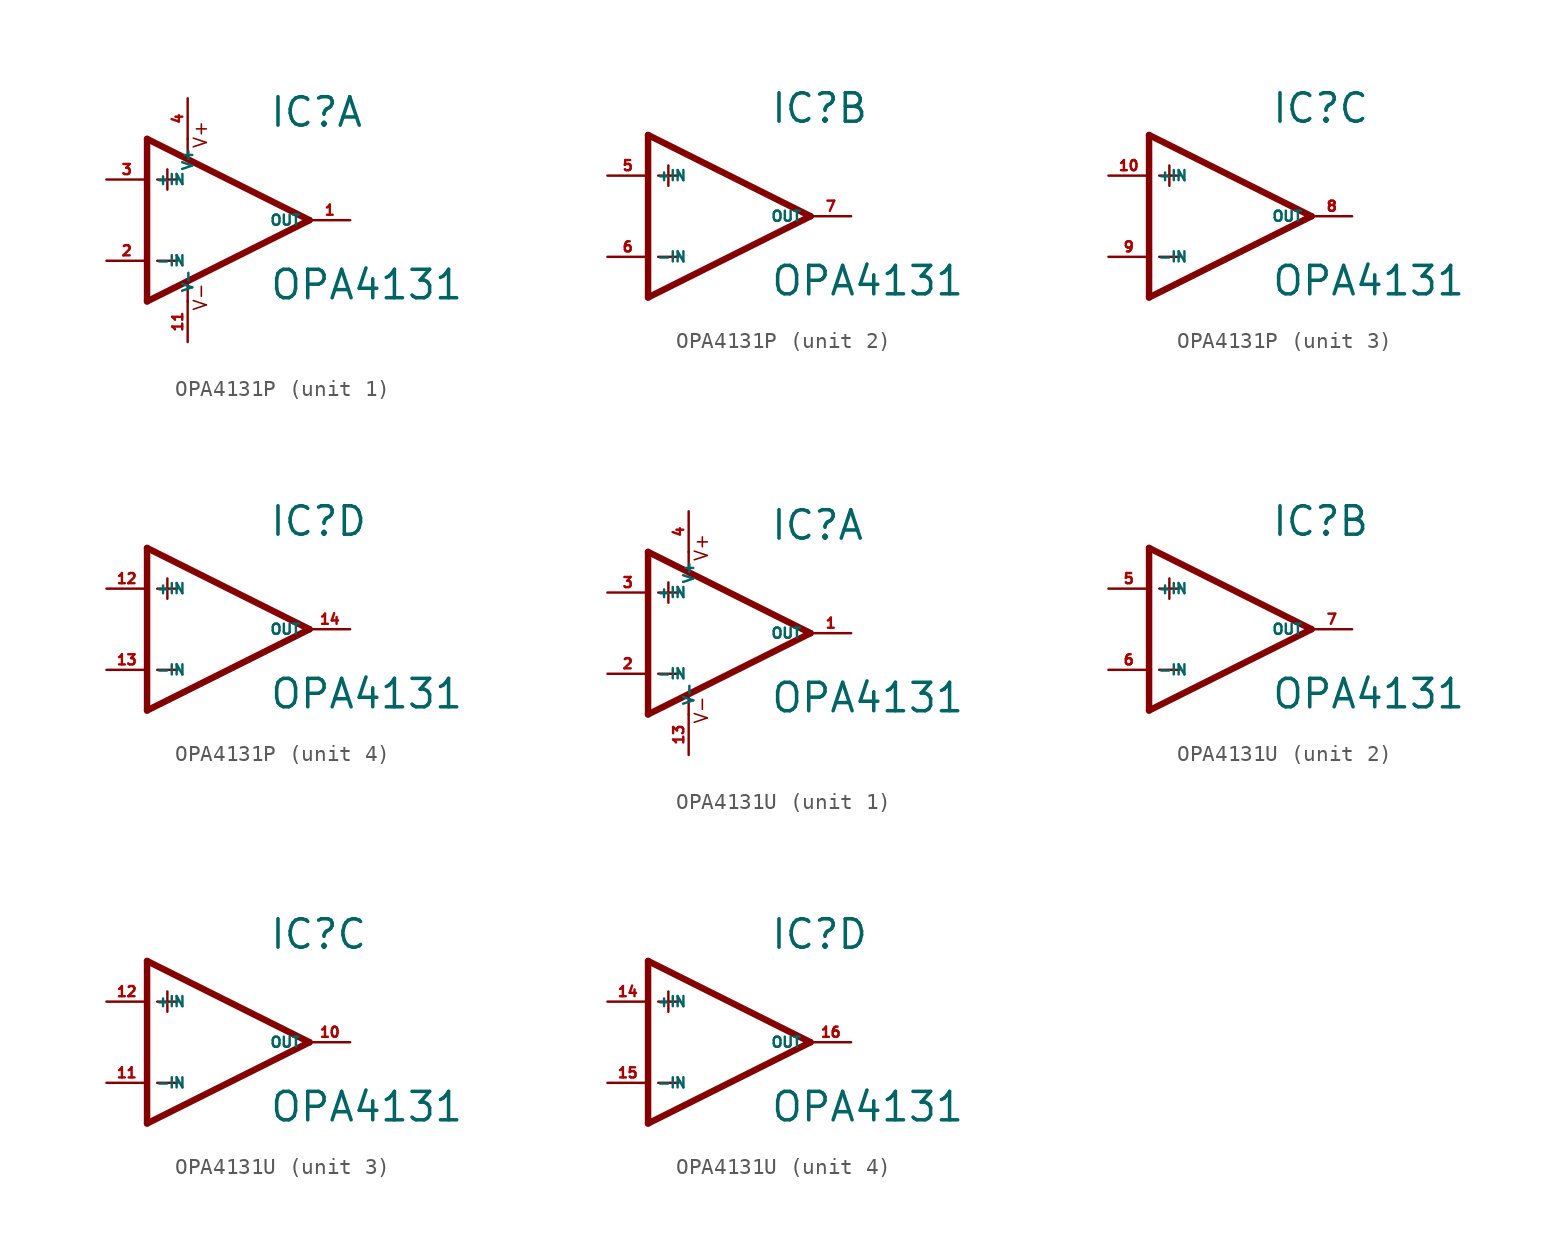
<source format=kicad_sym>
(kicad_symbol_lib
  (version 20220914)
  (generator Eagle2Kicad)
  (symbol "OPA4131P"
    (property "Reference" "IC"
      (at 2.54 5.715 0)
      (effects (font (size 1.778 1.778) (thickness 0.22)) (justify left bottom)))
    (property "Value" "OPA4131"
      (at 2.54 -5.08 0)
      (effects (font (size 1.778 1.778) (thickness 0.22)) (justify left bottom)))
    (symbol "OPA4131P_1_0"
      (polyline (pts (xy -3.81 3.175) (xy -3.81 1.905)) (stroke (width 0.152) (type default)) (fill (type none)))
      (polyline (pts (xy -4.445 2.54) (xy -3.175 2.54)) (stroke (width 0.152) (type default)) (fill (type none)))
      (polyline (pts (xy -4.445 -2.54) (xy -3.175 -2.54)) (stroke (width 0.152) (type default)) (fill (type none)))
      (polyline (pts (xy -2.54 5.08) (xy -2.54 3.886)) (stroke (width 0.152) (type default)) (fill (type none)))
      (polyline (pts (xy -2.54 -3.912) (xy -2.54 -5.08)) (stroke (width 0.152) (type default)) (fill (type none)))
      (polyline (pts (xy 5.08 0) (xy -5.08 5.08)) (stroke (width 0.406) (type default)) (fill (type none)))
      (polyline (pts (xy -5.08 5.08) (xy -5.08 -5.08)) (stroke (width 0.406) (type default)) (fill (type none)))
      (polyline (pts (xy -5.08 -5.08) (xy 5.08 0)) (stroke (width 0.406) (type default)) (fill (type none)))
      (text "V+" (at -1.27 4.445 900) (effects (font (size 0.813 0.813) (thickness 0.10)) (justify left bottom)))
      (text "V-" (at -1.27 -5.715 900) (effects (font (size 0.813 0.813) (thickness 0.10)) (justify left bottom)))
      (pin input line (at -7.62 -2.54 0) (length 2.54) (name "-IN" (effects (font (size 0.635 0.635) (thickness 0.08)) (justify left bottom))) (number "2" (effects (font (size 0.635 0.635) (thickness 0.08)) (justify left bottom))))
      (pin input line (at -7.62 2.54 0) (length 2.54) (name "+IN" (effects (font (size 0.635 0.635) (thickness 0.08)) (justify left bottom))) (number "3" (effects (font (size 0.635 0.635) (thickness 0.08)) (justify left bottom))))
      (pin output line (at 7.62 0 180) (length 2.54) (name "OUT" (effects (font (size 0.635 0.635) (thickness 0.08)) (justify left bottom))) (number "1" (effects (font (size 0.635 0.635) (thickness 0.08)) (justify left bottom))))
      (pin unspecified line (at -2.54 7.62 270) (length 2.54) (name "V+" (effects (font (size 0.635 0.635) (thickness 0.08)) (justify left bottom))) (number "4" (effects (font (size 0.635 0.635) (thickness 0.08)) (justify left bottom))))
      (pin unspecified line (at -2.54 -7.62 90) (length 2.54) (name "V-" (effects (font (size 0.635 0.635) (thickness 0.08)) (justify left bottom))) (number "11" (effects (font (size 0.635 0.635) (thickness 0.08)) (justify left bottom)))))
    (symbol "OPA4131P_2_0"
      (polyline (pts (xy -3.81 3.175) (xy -3.81 1.905)) (stroke (width 0.152) (type default)) (fill (type none)))
      (polyline (pts (xy -4.445 2.54) (xy -3.175 2.54)) (stroke (width 0.152) (type default)) (fill (type none)))
      (polyline (pts (xy -4.445 -2.54) (xy -3.175 -2.54)) (stroke (width 0.152) (type default)) (fill (type none)))
      (polyline (pts (xy 5.08 0) (xy -5.08 5.08)) (stroke (width 0.406) (type default)) (fill (type none)))
      (polyline (pts (xy -5.08 5.08) (xy -5.08 -5.08)) (stroke (width 0.406) (type default)) (fill (type none)))
      (polyline (pts (xy -5.08 -5.08) (xy 5.08 0)) (stroke (width 0.406) (type default)) (fill (type none)))
      (pin input line (at -7.62 -2.54 0) (length 2.54) (name "-IN" (effects (font (size 0.635 0.635) (thickness 0.08)) (justify left bottom))) (number "6" (effects (font (size 0.635 0.635) (thickness 0.08)) (justify left bottom))))
      (pin input line (at -7.62 2.54 0) (length 2.54) (name "+IN" (effects (font (size 0.635 0.635) (thickness 0.08)) (justify left bottom))) (number "5" (effects (font (size 0.635 0.635) (thickness 0.08)) (justify left bottom))))
      (pin output line (at 7.62 0 180) (length 2.54) (name "OUT" (effects (font (size 0.635 0.635) (thickness 0.08)) (justify left bottom))) (number "7" (effects (font (size 0.635 0.635) (thickness 0.08)) (justify left bottom)))))
    (symbol "OPA4131P_3_0"
      (polyline (pts (xy -3.81 3.175) (xy -3.81 1.905)) (stroke (width 0.152) (type default)) (fill (type none)))
      (polyline (pts (xy -4.445 2.54) (xy -3.175 2.54)) (stroke (width 0.152) (type default)) (fill (type none)))
      (polyline (pts (xy -4.445 -2.54) (xy -3.175 -2.54)) (stroke (width 0.152) (type default)) (fill (type none)))
      (polyline (pts (xy 5.08 0) (xy -5.08 5.08)) (stroke (width 0.406) (type default)) (fill (type none)))
      (polyline (pts (xy -5.08 5.08) (xy -5.08 -5.08)) (stroke (width 0.406) (type default)) (fill (type none)))
      (polyline (pts (xy -5.08 -5.08) (xy 5.08 0)) (stroke (width 0.406) (type default)) (fill (type none)))
      (pin input line (at -7.62 -2.54 0) (length 2.54) (name "-IN" (effects (font (size 0.635 0.635) (thickness 0.08)) (justify left bottom))) (number "9" (effects (font (size 0.635 0.635) (thickness 0.08)) (justify left bottom))))
      (pin input line (at -7.62 2.54 0) (length 2.54) (name "+IN" (effects (font (size 0.635 0.635) (thickness 0.08)) (justify left bottom))) (number "10" (effects (font (size 0.635 0.635) (thickness 0.08)) (justify left bottom))))
      (pin output line (at 7.62 0 180) (length 2.54) (name "OUT" (effects (font (size 0.635 0.635) (thickness 0.08)) (justify left bottom))) (number "8" (effects (font (size 0.635 0.635) (thickness 0.08)) (justify left bottom)))))
    (symbol "OPA4131P_4_0"
      (polyline (pts (xy -3.81 3.175) (xy -3.81 1.905)) (stroke (width 0.152) (type default)) (fill (type none)))
      (polyline (pts (xy -4.445 2.54) (xy -3.175 2.54)) (stroke (width 0.152) (type default)) (fill (type none)))
      (polyline (pts (xy -4.445 -2.54) (xy -3.175 -2.54)) (stroke (width 0.152) (type default)) (fill (type none)))
      (polyline (pts (xy 5.08 0) (xy -5.08 5.08)) (stroke (width 0.406) (type default)) (fill (type none)))
      (polyline (pts (xy -5.08 5.08) (xy -5.08 -5.08)) (stroke (width 0.406) (type default)) (fill (type none)))
      (polyline (pts (xy -5.08 -5.08) (xy 5.08 0)) (stroke (width 0.406) (type default)) (fill (type none)))
      (pin input line (at -7.62 -2.54 0) (length 2.54) (name "-IN" (effects (font (size 0.635 0.635) (thickness 0.08)) (justify left bottom))) (number "13" (effects (font (size 0.635 0.635) (thickness 0.08)) (justify left bottom))))
      (pin input line (at -7.62 2.54 0) (length 2.54) (name "+IN" (effects (font (size 0.635 0.635) (thickness 0.08)) (justify left bottom))) (number "12" (effects (font (size 0.635 0.635) (thickness 0.08)) (justify left bottom))))
      (pin output line (at 7.62 0 180) (length 2.54) (name "OUT" (effects (font (size 0.635 0.635) (thickness 0.08)) (justify left bottom))) (number "14" (effects (font (size 0.635 0.635) (thickness 0.08)) (justify left bottom))))))
  (symbol "OPA4131U"
    (property "Reference" "IC"
      (at 2.54 5.715 0)
      (effects (font (size 1.778 1.778) (thickness 0.22)) (justify left bottom)))
    (property "Value" "OPA4131"
      (at 2.54 -5.08 0)
      (effects (font (size 1.778 1.778) (thickness 0.22)) (justify left bottom)))
    (symbol "OPA4131U_1_0"
      (polyline (pts (xy -3.81 3.175) (xy -3.81 1.905)) (stroke (width 0.152) (type default)) (fill (type none)))
      (polyline (pts (xy -4.445 2.54) (xy -3.175 2.54)) (stroke (width 0.152) (type default)) (fill (type none)))
      (polyline (pts (xy -4.445 -2.54) (xy -3.175 -2.54)) (stroke (width 0.152) (type default)) (fill (type none)))
      (polyline (pts (xy -2.54 5.08) (xy -2.54 3.886)) (stroke (width 0.152) (type default)) (fill (type none)))
      (polyline (pts (xy -2.54 -3.912) (xy -2.54 -5.08)) (stroke (width 0.152) (type default)) (fill (type none)))
      (polyline (pts (xy 5.08 0) (xy -5.08 5.08)) (stroke (width 0.406) (type default)) (fill (type none)))
      (polyline (pts (xy -5.08 5.08) (xy -5.08 -5.08)) (stroke (width 0.406) (type default)) (fill (type none)))
      (polyline (pts (xy -5.08 -5.08) (xy 5.08 0)) (stroke (width 0.406) (type default)) (fill (type none)))
      (text "V+" (at -1.27 4.445 900) (effects (font (size 0.813 0.813) (thickness 0.10)) (justify left bottom)))
      (text "V-" (at -1.27 -5.715 900) (effects (font (size 0.813 0.813) (thickness 0.10)) (justify left bottom)))
      (pin input line (at -7.62 -2.54 0) (length 2.54) (name "-IN" (effects (font (size 0.635 0.635) (thickness 0.08)) (justify left bottom))) (number "2" (effects (font (size 0.635 0.635) (thickness 0.08)) (justify left bottom))))
      (pin input line (at -7.62 2.54 0) (length 2.54) (name "+IN" (effects (font (size 0.635 0.635) (thickness 0.08)) (justify left bottom))) (number "3" (effects (font (size 0.635 0.635) (thickness 0.08)) (justify left bottom))))
      (pin output line (at 7.62 0 180) (length 2.54) (name "OUT" (effects (font (size 0.635 0.635) (thickness 0.08)) (justify left bottom))) (number "1" (effects (font (size 0.635 0.635) (thickness 0.08)) (justify left bottom))))
      (pin unspecified line (at -2.54 7.62 270) (length 2.54) (name "V+" (effects (font (size 0.635 0.635) (thickness 0.08)) (justify left bottom))) (number "4" (effects (font (size 0.635 0.635) (thickness 0.08)) (justify left bottom))))
      (pin unspecified line (at -2.54 -7.62 90) (length 2.54) (name "V-" (effects (font (size 0.635 0.635) (thickness 0.08)) (justify left bottom))) (number "13" (effects (font (size 0.635 0.635) (thickness 0.08)) (justify left bottom)))))
    (symbol "OPA4131U_2_0"
      (polyline (pts (xy -3.81 3.175) (xy -3.81 1.905)) (stroke (width 0.152) (type default)) (fill (type none)))
      (polyline (pts (xy -4.445 2.54) (xy -3.175 2.54)) (stroke (width 0.152) (type default)) (fill (type none)))
      (polyline (pts (xy -4.445 -2.54) (xy -3.175 -2.54)) (stroke (width 0.152) (type default)) (fill (type none)))
      (polyline (pts (xy 5.08 0) (xy -5.08 5.08)) (stroke (width 0.406) (type default)) (fill (type none)))
      (polyline (pts (xy -5.08 5.08) (xy -5.08 -5.08)) (stroke (width 0.406) (type default)) (fill (type none)))
      (polyline (pts (xy -5.08 -5.08) (xy 5.08 0)) (stroke (width 0.406) (type default)) (fill (type none)))
      (pin input line (at -7.62 -2.54 0) (length 2.54) (name "-IN" (effects (font (size 0.635 0.635) (thickness 0.08)) (justify left bottom))) (number "6" (effects (font (size 0.635 0.635) (thickness 0.08)) (justify left bottom))))
      (pin input line (at -7.62 2.54 0) (length 2.54) (name "+IN" (effects (font (size 0.635 0.635) (thickness 0.08)) (justify left bottom))) (number "5" (effects (font (size 0.635 0.635) (thickness 0.08)) (justify left bottom))))
      (pin output line (at 7.62 0 180) (length 2.54) (name "OUT" (effects (font (size 0.635 0.635) (thickness 0.08)) (justify left bottom))) (number "7" (effects (font (size 0.635 0.635) (thickness 0.08)) (justify left bottom)))))
    (symbol "OPA4131U_3_0"
      (polyline (pts (xy -3.81 3.175) (xy -3.81 1.905)) (stroke (width 0.152) (type default)) (fill (type none)))
      (polyline (pts (xy -4.445 2.54) (xy -3.175 2.54)) (stroke (width 0.152) (type default)) (fill (type none)))
      (polyline (pts (xy -4.445 -2.54) (xy -3.175 -2.54)) (stroke (width 0.152) (type default)) (fill (type none)))
      (polyline (pts (xy 5.08 0) (xy -5.08 5.08)) (stroke (width 0.406) (type default)) (fill (type none)))
      (polyline (pts (xy -5.08 5.08) (xy -5.08 -5.08)) (stroke (width 0.406) (type default)) (fill (type none)))
      (polyline (pts (xy -5.08 -5.08) (xy 5.08 0)) (stroke (width 0.406) (type default)) (fill (type none)))
      (pin input line (at -7.62 -2.54 0) (length 2.54) (name "-IN" (effects (font (size 0.635 0.635) (thickness 0.08)) (justify left bottom))) (number "11" (effects (font (size 0.635 0.635) (thickness 0.08)) (justify left bottom))))
      (pin input line (at -7.62 2.54 0) (length 2.54) (name "+IN" (effects (font (size 0.635 0.635) (thickness 0.08)) (justify left bottom))) (number "12" (effects (font (size 0.635 0.635) (thickness 0.08)) (justify left bottom))))
      (pin output line (at 7.62 0 180) (length 2.54) (name "OUT" (effects (font (size 0.635 0.635) (thickness 0.08)) (justify left bottom))) (number "10" (effects (font (size 0.635 0.635) (thickness 0.08)) (justify left bottom)))))
    (symbol "OPA4131U_4_0"
      (polyline (pts (xy -3.81 3.175) (xy -3.81 1.905)) (stroke (width 0.152) (type default)) (fill (type none)))
      (polyline (pts (xy -4.445 2.54) (xy -3.175 2.54)) (stroke (width 0.152) (type default)) (fill (type none)))
      (polyline (pts (xy -4.445 -2.54) (xy -3.175 -2.54)) (stroke (width 0.152) (type default)) (fill (type none)))
      (polyline (pts (xy 5.08 0) (xy -5.08 5.08)) (stroke (width 0.406) (type default)) (fill (type none)))
      (polyline (pts (xy -5.08 5.08) (xy -5.08 -5.08)) (stroke (width 0.406) (type default)) (fill (type none)))
      (polyline (pts (xy -5.08 -5.08) (xy 5.08 0)) (stroke (width 0.406) (type default)) (fill (type none)))
      (pin input line (at -7.62 -2.54 0) (length 2.54) (name "-IN" (effects (font (size 0.635 0.635) (thickness 0.08)) (justify left bottom))) (number "15" (effects (font (size 0.635 0.635) (thickness 0.08)) (justify left bottom))))
      (pin input line (at -7.62 2.54 0) (length 2.54) (name "+IN" (effects (font (size 0.635 0.635) (thickness 0.08)) (justify left bottom))) (number "14" (effects (font (size 0.635 0.635) (thickness 0.08)) (justify left bottom))))
      (pin output line (at 7.62 0 180) (length 2.54) (name "OUT" (effects (font (size 0.635 0.635) (thickness 0.08)) (justify left bottom))) (number "16" (effects (font (size 0.635 0.635) (thickness 0.08)) (justify left bottom)))))))
</source>
